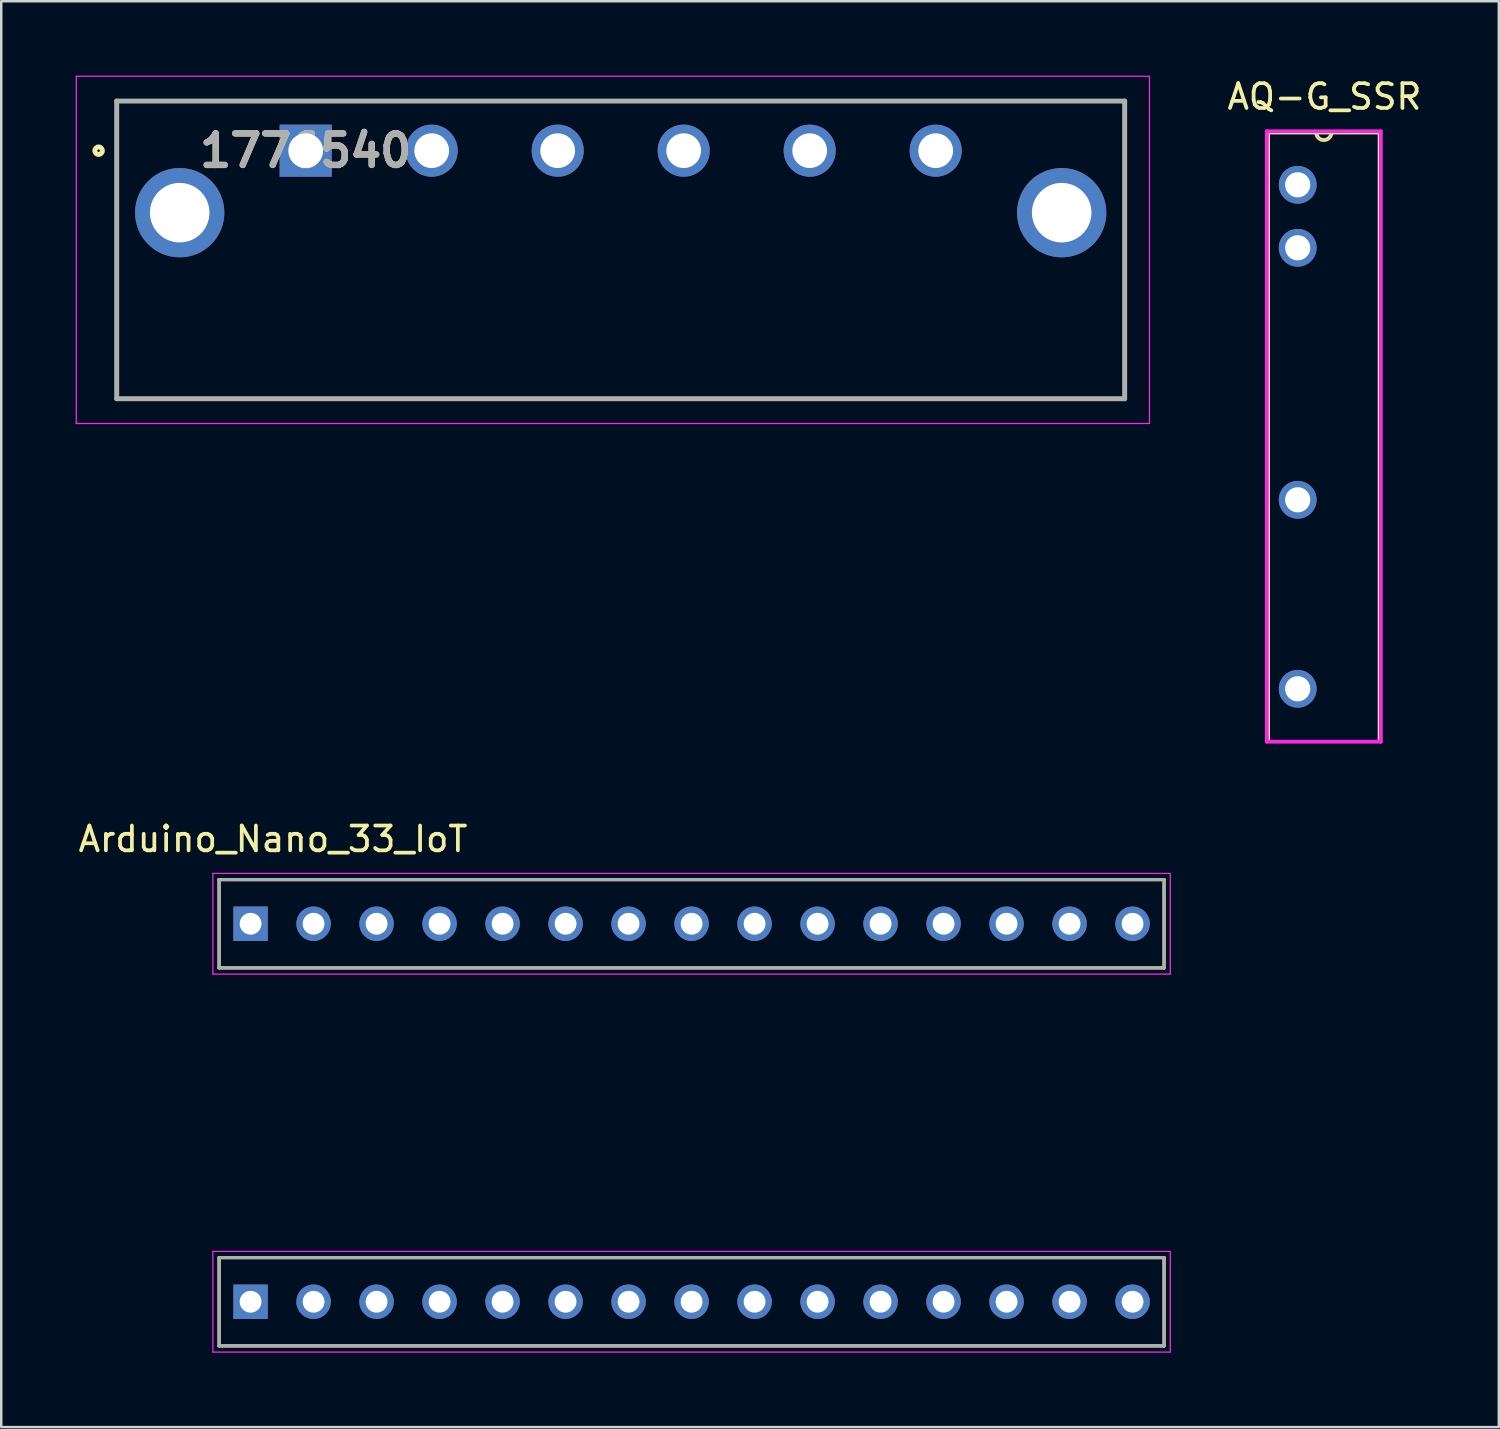
<source format=kicad_pcb>
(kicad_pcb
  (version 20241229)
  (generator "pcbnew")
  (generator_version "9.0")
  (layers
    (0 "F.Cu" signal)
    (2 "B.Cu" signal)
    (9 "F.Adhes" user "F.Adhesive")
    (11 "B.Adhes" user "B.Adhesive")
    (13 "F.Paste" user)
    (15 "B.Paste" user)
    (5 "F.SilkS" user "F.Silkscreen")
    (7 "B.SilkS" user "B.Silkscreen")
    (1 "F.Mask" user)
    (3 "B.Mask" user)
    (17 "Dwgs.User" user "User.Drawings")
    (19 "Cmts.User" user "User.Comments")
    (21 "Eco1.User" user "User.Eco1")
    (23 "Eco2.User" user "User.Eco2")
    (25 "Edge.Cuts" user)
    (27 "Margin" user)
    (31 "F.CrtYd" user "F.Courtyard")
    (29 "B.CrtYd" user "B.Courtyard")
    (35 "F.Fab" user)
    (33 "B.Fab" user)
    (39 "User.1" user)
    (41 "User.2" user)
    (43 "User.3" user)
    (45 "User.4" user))
  (footprint "Arduino_Nano_33_IoT"
    (layer "F.Cu")
    (at 26.103 41.814)
    (property "Reference" "Arduino_Nano_33_IoT" (at -18.145 -11.035 0) (layer "F.SilkS") (effects (font (size 1 1) (thickness 0.15))))
    (attr through_hole)
    (fp_line (start -20.32 -9.4) (end 17.78 -9.4) (stroke (width 0.127) (type solid)) (layer "F.SilkS"))
    (fp_line (start -20.32 -5.84) (end -20.32 -9.4) (stroke (width 0.127) (type solid)) (layer "F.SilkS"))
    (fp_line (start -20.32 5.84) (end 17.78 5.84) (stroke (width 0.127) (type solid)) (layer "F.SilkS"))
    (fp_line (start -20.32 9.4) (end -20.32 5.84) (stroke (width 0.127) (type solid)) (layer "F.SilkS"))
    (fp_line (start 17.78 -9.4) (end 17.78 -5.84) (stroke (width 0.127) (type solid)) (layer "F.SilkS"))
    (fp_line (start 17.78 -5.84) (end -20.32 -5.84) (stroke (width 0.127) (type solid)) (layer "F.SilkS"))
    (fp_line (start 17.78 5.84) (end 17.78 9.4) (stroke (width 0.127) (type solid)) (layer "F.SilkS"))
    (fp_line (start 17.78 9.4) (end -20.32 9.4) (stroke (width 0.127) (type solid)) (layer "F.SilkS"))
    (fp_line (start -20.57 -9.65) (end 18.03 -9.65) (stroke (width 0.05) (type solid)) (layer "F.CrtYd"))
    (fp_line (start -20.57 -5.59) (end -20.57 -9.65) (stroke (width 0.05) (type solid)) (layer "F.CrtYd"))
    (fp_line (start -20.57 5.59) (end 18.03 5.59) (stroke (width 0.05) (type solid)) (layer "F.CrtYd"))
    (fp_line (start -20.57 9.65) (end -20.57 5.59) (stroke (width 0.05) (type solid)) (layer "F.CrtYd"))
    (fp_line (start 18.03 -9.65) (end 18.03 -5.59) (stroke (width 0.05) (type solid)) (layer "F.CrtYd"))
    (fp_line (start 18.03 -5.59) (end -20.57 -5.59) (stroke (width 0.05) (type solid)) (layer "F.CrtYd"))
    (fp_line (start 18.03 5.59) (end 18.03 9.65) (stroke (width 0.05) (type solid)) (layer "F.CrtYd"))
    (fp_line (start 18.03 9.65) (end -20.57 9.65) (stroke (width 0.05) (type solid)) (layer "F.CrtYd"))
    (fp_line (start -20.32 -9.4) (end 17.78 -9.4) (stroke (width 0.127) (type solid)) (layer "F.Fab"))
    (fp_line (start -20.32 -5.84) (end -20.32 -9.4) (stroke (width 0.127) (type solid)) (layer "F.Fab"))
    (fp_line (start -20.32 5.84) (end 17.78 5.84) (stroke (width 0.127) (type solid)) (layer "F.Fab"))
    (fp_line (start -20.32 9.4) (end -20.32 5.84) (stroke (width 0.127) (type solid)) (layer "F.Fab"))
    (fp_line (start 17.78 -9.4) (end 17.78 -5.84) (stroke (width 0.127) (type solid)) (layer "F.Fab"))
    (fp_line (start 17.78 -5.84) (end -20.32 -5.84) (stroke (width 0.127) (type solid)) (layer "F.Fab"))
    (fp_line (start 17.78 5.84) (end 17.78 9.4) (stroke (width 0.127) (type solid)) (layer "F.Fab"))
    (fp_line (start 17.78 9.4) (end -20.32 9.4) (stroke (width 0.127) (type solid)) (layer "F.Fab"))
    (pad "1" thru_hole rect (at -19.05 7.62) (size 1.388 1.388) (drill 0.88) (layers "*.Cu" "*.Mask"))
    (pad "2" thru_hole circle (at -16.51 7.62) (size 1.388 1.388) (drill 0.88) (layers "*.Cu" "*.Mask"))
    (pad "3" thru_hole circle (at -13.97 7.62) (size 1.388 1.388) (drill 0.88) (layers "*.Cu" "*.Mask"))
    (pad "4" thru_hole circle (at -11.43 7.62) (size 1.388 1.388) (drill 0.88) (layers "*.Cu" "*.Mask"))
    (pad "5" thru_hole circle (at -8.89 7.62) (size 1.388 1.388) (drill 0.88) (layers "*.Cu" "*.Mask"))
    (pad "6" thru_hole circle (at -6.35 7.62) (size 1.388 1.388) (drill 0.88) (layers "*.Cu" "*.Mask"))
    (pad "7" thru_hole circle (at -3.81 7.62) (size 1.388 1.388) (drill 0.88) (layers "*.Cu" "*.Mask"))
    (pad "8" thru_hole circle (at -1.27 7.62) (size 1.388 1.388) (drill 0.88) (layers "*.Cu" "*.Mask"))
    (pad "9" thru_hole circle (at 1.27 7.62) (size 1.388 1.388) (drill 0.88) (layers "*.Cu" "*.Mask"))
    (pad "10" thru_hole circle (at 3.81 7.62) (size 1.388 1.388) (drill 0.88) (layers "*.Cu" "*.Mask"))
    (pad "11" thru_hole circle (at 6.35 7.62) (size 1.388 1.388) (drill 0.88) (layers "*.Cu" "*.Mask"))
    (pad "12" thru_hole circle (at 8.89 7.62) (size 1.388 1.388) (drill 0.88) (layers "*.Cu" "*.Mask"))
    (pad "13" thru_hole circle (at 11.43 7.62) (size 1.388 1.388) (drill 0.88) (layers "*.Cu" "*.Mask"))
    (pad "14" thru_hole circle (at 13.97 7.62) (size 1.388 1.388) (drill 0.88) (layers "*.Cu" "*.Mask"))
    (pad "15" thru_hole circle (at 16.51 7.62) (size 1.388 1.388) (drill 0.88) (layers "*.Cu" "*.Mask"))
    (pad "16" thru_hole circle (at 16.51 -7.62) (size 1.388 1.388) (drill 0.88) (layers "*.Cu" "*.Mask"))
    (pad "17" thru_hole circle (at 13.97 -7.62) (size 1.388 1.388) (drill 0.88) (layers "*.Cu" "*.Mask"))
    (pad "18" thru_hole circle (at 11.43 -7.62) (size 1.388 1.388) (drill 0.88) (layers "*.Cu" "*.Mask"))
    (pad "19" thru_hole circle (at 8.89 -7.62) (size 1.388 1.388) (drill 0.88) (layers "*.Cu" "*.Mask"))
    (pad "20" thru_hole circle (at 6.35 -7.62) (size 1.388 1.388) (drill 0.88) (layers "*.Cu" "*.Mask"))
    (pad "21" thru_hole circle (at 3.81 -7.62) (size 1.388 1.388) (drill 0.88) (layers "*.Cu" "*.Mask"))
    (pad "22" thru_hole circle (at 1.27 -7.62) (size 1.388 1.388) (drill 0.88) (layers "*.Cu" "*.Mask"))
    (pad "23" thru_hole circle (at -1.27 -7.62) (size 1.388 1.388) (drill 0.88) (layers "*.Cu" "*.Mask"))
    (pad "24" thru_hole circle (at -3.81 -7.62) (size 1.388 1.388) (drill 0.88) (layers "*.Cu" "*.Mask"))
    (pad "25" thru_hole circle (at -6.35 -7.62) (size 1.388 1.388) (drill 0.88) (layers "*.Cu" "*.Mask"))
    (pad "26" thru_hole circle (at -8.89 -7.62) (size 1.388 1.388) (drill 0.88) (layers "*.Cu" "*.Mask"))
    (pad "27" thru_hole circle (at -11.43 -7.62) (size 1.388 1.388) (drill 0.88) (layers "*.Cu" "*.Mask"))
    (pad "28" thru_hole circle (at -13.97 -7.62) (size 1.388 1.388) (drill 0.88) (layers "*.Cu" "*.Mask"))
    (pad "29" thru_hole circle (at -16.51 -7.62) (size 1.388 1.388) (drill 0.88) (layers "*.Cu" "*.Mask"))
    (pad "30" thru_hole rect (at -19.05 -7.62) (size 1.388 1.388) (drill 0.88) (layers "*.Cu" "*.Mask")))
  (footprint "1776540"
    (layer "F.Cu")
    (at 9.275 3.025)
    (property "Reference" "1776540" (at 0 0 0) (layer "F.SilkS") (effects (font (size 1.27 1.27) (thickness 0.254))))
    (attr through_hole)
    (fp_line (start -7.62 -2) (end 33.02 -2) (stroke (width 0.1) (type solid)) (layer "F.SilkS"))
    (fp_line (start -7.62 10) (end -7.62 -2) (stroke (width 0.1) (type solid)) (layer "F.SilkS"))
    (fp_line (start 33.02 -2) (end 33.02 10) (stroke (width 0.1) (type solid)) (layer "F.SilkS"))
    (fp_line (start 33.02 10) (end -7.62 10) (stroke (width 0.1) (type solid)) (layer "F.SilkS"))
    (fp_circle (center -8.35 0) (end -8.35 0.05) (stroke (width 0.2) (type solid)) (fill no) (layer "F.SilkS"))
    (fp_line (start -9.25 -3) (end 34.02 -3) (stroke (width 0.05) (type solid)) (layer "F.CrtYd"))
    (fp_line (start -9.25 11) (end -9.25 -3) (stroke (width 0.05) (type solid)) (layer "F.CrtYd"))
    (fp_line (start 34.02 -3) (end 34.02 11) (stroke (width 0.05) (type solid)) (layer "F.CrtYd"))
    (fp_line (start 34.02 11) (end -9.25 11) (stroke (width 0.05) (type solid)) (layer "F.CrtYd"))
    (fp_line (start -7.62 -2) (end 33.02 -2) (stroke (width 0.2) (type solid)) (layer "F.Fab"))
    (fp_line (start -7.62 10) (end -7.62 -2) (stroke (width 0.2) (type solid)) (layer "F.Fab"))
    (fp_line (start 33.02 -2) (end 33.02 10) (stroke (width 0.2) (type solid)) (layer "F.Fab"))
    (fp_line (start 33.02 10) (end -7.62 10) (stroke (width 0.2) (type solid)) (layer "F.Fab"))
    (fp_text user "${REFERENCE}" (at 0 0 0) (layer "F.Fab") (effects (font (size 1.27 1.27) (thickness 0.254))))
    (pad "1" thru_hole rect (at 0 0) (size 2.1 2.1) (drill 1.4) (layers "*.Cu" "*.Mask"))
    (pad "2" thru_hole circle (at 5.08 0) (size 2.1 2.1) (drill 1.4) (layers "*.Cu" "*.Mask"))
    (pad "3" thru_hole circle (at 10.16 0) (size 2.1 2.1) (drill 1.4) (layers "*.Cu" "*.Mask"))
    (pad "4" thru_hole circle (at 15.24 0) (size 2.1 2.1) (drill 1.4) (layers "*.Cu" "*.Mask"))
    (pad "5" thru_hole circle (at 20.32 0) (size 2.1 2.1) (drill 1.4) (layers "*.Cu" "*.Mask"))
    (pad "6" thru_hole circle (at 25.4 0) (size 2.1 2.1) (drill 1.4) (layers "*.Cu" "*.Mask"))
    (pad "7" thru_hole circle (at -5.08 2.5) (size 3.6 3.6) (drill 2.4) (layers "*.Cu" "*.Mask"))
    (pad "8" thru_hole circle (at 30.48 2.5) (size 3.6 3.6) (drill 2.4) (layers "*.Cu" "*.Mask")))
  (footprint "AQ-G_SSR"
    (layer "F.Cu")
    (at 50.325 14.548)
    (property "Reference" "AQ-G_SSR" (at 0.025 -13.7 0) (unlocked yes) (layer "F.SilkS") (effects (font (size 1 1) (thickness 0.15))))
    (attr through_hole)
    (fp_line (start -2.248 -12.255) (end -2.248 12.255) (stroke (width 0.152) (type solid)) (layer "F.SilkS"))
    (fp_line (start 2.248 -12.255) (end -2.248 -12.255) (stroke (width 0.152) (type solid)) (layer "F.SilkS"))
    (fp_line (start 2.248 12.255) (end 2.248 -12.255) (stroke (width 0.152) (type solid)) (layer "F.SilkS"))
    (fp_arc (start 0.3048 -12.2555) (mid 0 -11.9507) (end -0.3048 -12.2555) (stroke (width 0.1524) (type solid)) (layer "F.SilkS"))
    (fp_line (start -2.299 -12.306) (end 2.299 -12.306) (stroke (width 0.152) (type solid)) (layer "F.CrtYd"))
    (fp_line (start -2.299 12.306) (end -2.299 -12.306) (stroke (width 0.152) (type solid)) (layer "F.CrtYd"))
    (fp_line (start 2.299 -12.306) (end 2.299 12.306) (stroke (width 0.152) (type solid)) (layer "F.CrtYd"))
    (fp_line (start 2.299 12.306) (end -2.299 12.306) (stroke (width 0.152) (type solid)) (layer "F.CrtYd"))
    (fp_line (start -2.248 -12.255) (end -2.248 12.255) (stroke (width 0.025) (type solid)) (layer "F.Fab"))
    (fp_line (start -2.248 12.255) (end 2.248 12.255) (stroke (width 0.025) (type solid)) (layer "F.Fab"))
    (fp_line (start 2.248 -12.255) (end -2.248 -12.255) (stroke (width 0.025) (type solid)) (layer "F.Fab"))
    (fp_line (start 2.248 12.255) (end 2.248 -12.255) (stroke (width 0.025) (type solid)) (layer "F.Fab"))
    (fp_arc (start 0.3048 -12.2555) (mid 0 -11.9507) (end -0.3048 -12.2555) (stroke (width 0.0254) (type solid)) (layer "F.Fab"))
    (pad "1" thru_hole circle (at -1.054 10.173) (size 1.524 1.524) (drill 1.016) (layers "*.Cu" "*.Mask"))
    (pad "2" thru_hole circle (at -1.054 2.553) (size 1.524 1.524) (drill 1.016) (layers "*.Cu" "*.Mask"))
    (pad "3" thru_hole circle (at -1.054 -7.607) (size 1.524 1.524) (drill 1.016) (layers "*.Cu" "*.Mask"))
    (pad "4" thru_hole circle (at -1.054 -10.147) (size 1.524 1.524) (drill 1.016) (layers "*.Cu" "*.Mask")))
  (gr_rect
    (start -3 -3)
    (end 57.38 54.489)
    (stroke (width 0.1) (type default))
    (fill no)
    (layer "Edge.Cuts")))
</source>
